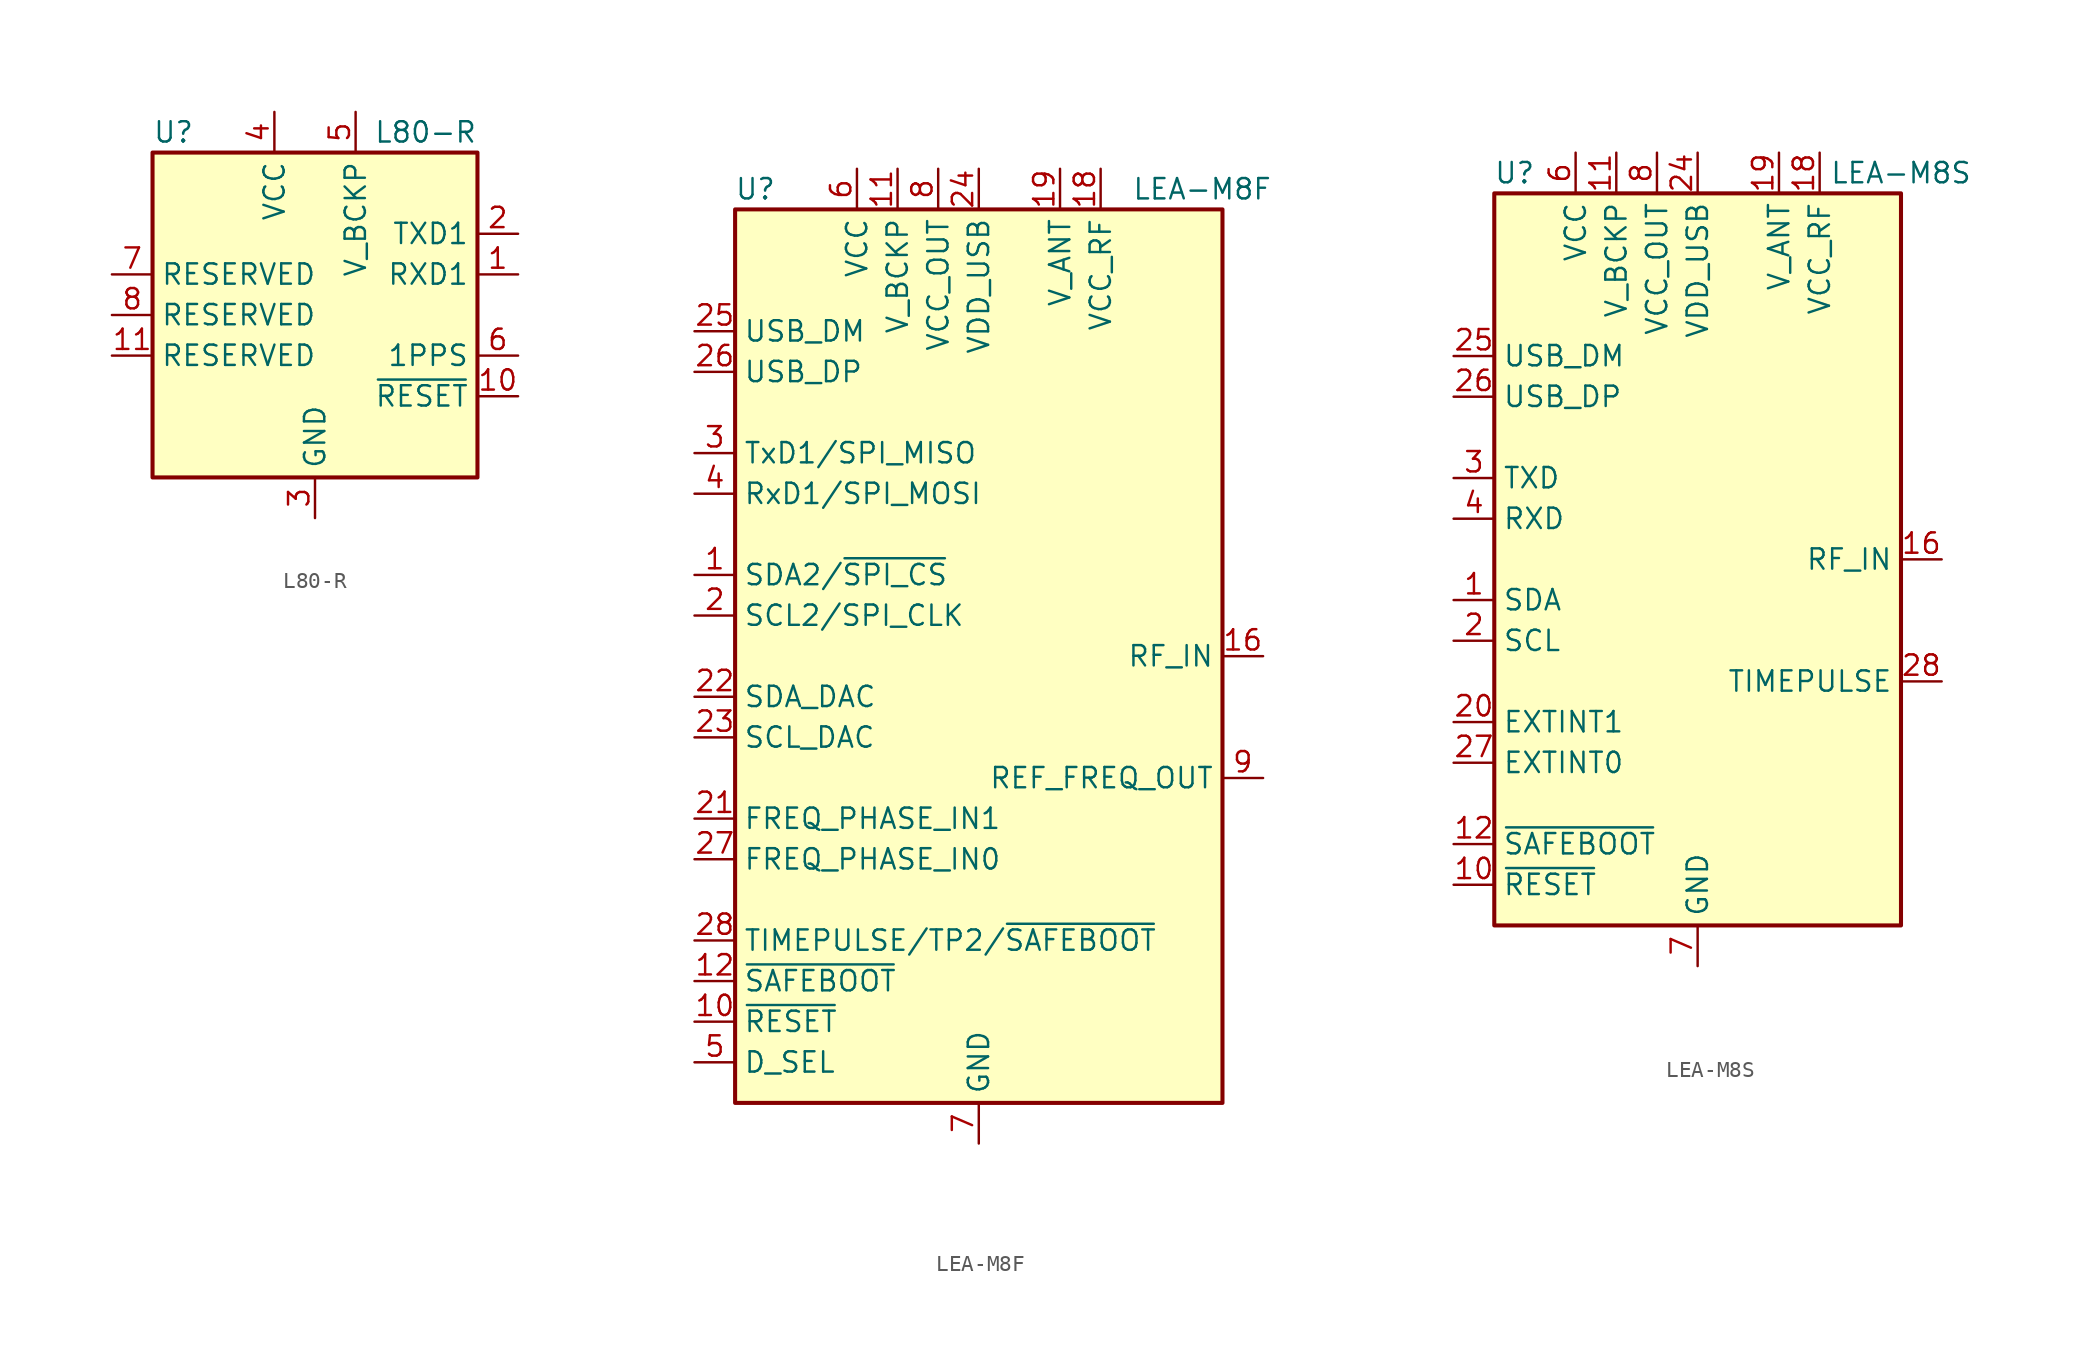
<source format=kicad_sym>
(kicad_symbol_lib
  (version 20200908)
  (generator kicad_symbol_editor)
  (symbol "RF_GPS:L80-R"
    (property "Reference" "U"
      (at -10.16 11.43 0)
      (effects (font (size 1.27 1.27)) (justify left)))
    (property "Value" "L80-R"
      (at 10.16 11.43 0)
      (effects (font (size 1.27 1.27)) (justify right)))
    (symbol "L80-R_0_1"
      (rectangle (start -10.16 10.16) (end 10.16 -10.16) (stroke (width 0.254)) (fill (type background))))
    (symbol "L80-R_1_1"
      (pin input line (at 12.7 2.54 180) (length 2.54) (name "RXD1" (effects (font (size 1.27 1.27)))) (number "1" (effects (font (size 1.27 1.27)))))
      (pin input line (at 12.7 -5.08 180) (length 2.54) (name "~RESET" (effects (font (size 1.27 1.27)))) (number "10" (effects (font (size 1.27 1.27)))))
      (pin passive line (at -12.7 -2.54 0) (length 2.54) (name "RESERVED" (effects (font (size 1.27 1.27)))) (number "11" (effects (font (size 1.27 1.27)))))
      (pin passive line (at 0 -12.7 90) (length 2.54) hide (name "GND" (effects (font (size 1.27 1.27)))) (number "12" (effects (font (size 1.27 1.27)))))
      (pin output line (at 12.7 5.08 180) (length 2.54) (name "TXD1" (effects (font (size 1.27 1.27)))) (number "2" (effects (font (size 1.27 1.27)))))
      (pin power_in line (at 0 -12.7 90) (length 2.54) (name "GND" (effects (font (size 1.27 1.27)))) (number "3" (effects (font (size 1.27 1.27)))))
      (pin power_in line (at -2.54 12.7 270) (length 2.54) (name "VCC" (effects (font (size 1.27 1.27)))) (number "4" (effects (font (size 1.27 1.27)))))
      (pin power_in line (at 2.54 12.7 270) (length 2.54) (name "V_BCKP" (effects (font (size 1.27 1.27)))) (number "5" (effects (font (size 1.27 1.27)))))
      (pin output line (at 12.7 -2.54 180) (length 2.54) (name "1PPS" (effects (font (size 1.27 1.27)))) (number "6" (effects (font (size 1.27 1.27)))))
      (pin passive line (at -12.7 2.54 0) (length 2.54) (name "RESERVED" (effects (font (size 1.27 1.27)))) (number "7" (effects (font (size 1.27 1.27)))))
      (pin passive line (at -12.7 0 0) (length 2.54) (name "RESERVED" (effects (font (size 1.27 1.27)))) (number "8" (effects (font (size 1.27 1.27)))))
      (pin unconnected line (at 10.16 0 180) (length 2.54) hide (name "NC" (effects (font (size 1.27 1.27)))) (number "9" (effects (font (size 1.27 1.27)))))))
  (symbol "RF_GPS:LEA-M8F"
    (property "Reference" "U"
      (at -13.97 29.21 0)
      (effects (font (size 1.27 1.27))))
    (property "Value" "LEA-M8F"
      (at 13.97 29.21 0)
      (effects (font (size 1.27 1.27))))
    (symbol "LEA-M8F_0_1"
      (rectangle (start -15.24 27.94) (end 15.24 -27.94) (stroke (width 0.254)) (fill (type background))))
    (symbol "LEA-M8F_1_1"
      (pin bidirectional line (at -17.78 5.08 0) (length 2.54) (name "SDA2/~SPI_CS" (effects (font (size 1.27 1.27)))) (number "1" (effects (font (size 1.27 1.27)))))
      (pin input line (at -17.78 -22.86 0) (length 2.54) (name "~RESET" (effects (font (size 1.27 1.27)))) (number "10" (effects (font (size 1.27 1.27)))))
      (pin power_in line (at -5.08 30.48 270) (length 2.54) (name "V_BCKP" (effects (font (size 1.27 1.27)))) (number "11" (effects (font (size 1.27 1.27)))))
      (pin input line (at -17.78 -20.32 0) (length 2.54) (name "~SAFEBOOT" (effects (font (size 1.27 1.27)))) (number "12" (effects (font (size 1.27 1.27)))))
      (pin passive line (at 0 -30.48 90) (length 2.54) hide (name "GND" (effects (font (size 1.27 1.27)))) (number "13" (effects (font (size 1.27 1.27)))))
      (pin passive line (at 0 -30.48 90) (length 2.54) hide (name "GND" (effects (font (size 1.27 1.27)))) (number "14" (effects (font (size 1.27 1.27)))))
      (pin passive line (at 0 -30.48 90) (length 2.54) hide (name "GND" (effects (font (size 1.27 1.27)))) (number "15" (effects (font (size 1.27 1.27)))))
      (pin input line (at 17.78 0 180) (length 2.54) (name "RF_IN" (effects (font (size 1.27 1.27)))) (number "16" (effects (font (size 1.27 1.27)))))
      (pin passive line (at 0 -30.48 90) (length 2.54) hide (name "GND" (effects (font (size 1.27 1.27)))) (number "17" (effects (font (size 1.27 1.27)))))
      (pin power_out line (at 7.62 30.48 270) (length 2.54) (name "VCC_RF" (effects (font (size 1.27 1.27)))) (number "18" (effects (font (size 1.27 1.27)))))
      (pin power_in line (at 5.08 30.48 270) (length 2.54) (name "V_ANT" (effects (font (size 1.27 1.27)))) (number "19" (effects (font (size 1.27 1.27)))))
      (pin input line (at -17.78 2.54 0) (length 2.54) (name "SCL2/SPI_CLK" (effects (font (size 1.27 1.27)))) (number "2" (effects (font (size 1.27 1.27)))))
      (pin unconnected line (at 15.24 2.54 180) (length 2.54) hide (name "RESERVED" (effects (font (size 1.27 1.27)))) (number "20" (effects (font (size 1.27 1.27)))))
      (pin input line (at -17.78 -10.16 0) (length 2.54) (name "FREQ_PHASE_IN1" (effects (font (size 1.27 1.27)))) (number "21" (effects (font (size 1.27 1.27)))))
      (pin bidirectional line (at -17.78 -2.54 0) (length 2.54) (name "SDA_DAC" (effects (font (size 1.27 1.27)))) (number "22" (effects (font (size 1.27 1.27)))))
      (pin output line (at -17.78 -5.08 0) (length 2.54) (name "SCL_DAC" (effects (font (size 1.27 1.27)))) (number "23" (effects (font (size 1.27 1.27)))))
      (pin power_in line (at 0 30.48 270) (length 2.54) (name "VDD_USB" (effects (font (size 1.27 1.27)))) (number "24" (effects (font (size 1.27 1.27)))))
      (pin bidirectional line (at -17.78 20.32 0) (length 2.54) (name "USB_DM" (effects (font (size 1.27 1.27)))) (number "25" (effects (font (size 1.27 1.27)))))
      (pin bidirectional line (at -17.78 17.78 0) (length 2.54) (name "USB_DP" (effects (font (size 1.27 1.27)))) (number "26" (effects (font (size 1.27 1.27)))))
      (pin input line (at -17.78 -12.7 0) (length 2.54) (name "FREQ_PHASE_IN0" (effects (font (size 1.27 1.27)))) (number "27" (effects (font (size 1.27 1.27)))))
      (pin bidirectional line (at -17.78 -17.78 0) (length 2.54) (name "TIMEPULSE/TP2/~SAFEBOOT" (effects (font (size 1.27 1.27)))) (number "28" (effects (font (size 1.27 1.27)))))
      (pin output line (at -17.78 12.7 0) (length 2.54) (name "TxD1/SPI_MISO" (effects (font (size 1.27 1.27)))) (number "3" (effects (font (size 1.27 1.27)))))
      (pin input line (at -17.78 10.16 0) (length 2.54) (name "RxD1/SPI_MOSI" (effects (font (size 1.27 1.27)))) (number "4" (effects (font (size 1.27 1.27)))))
      (pin input line (at -17.78 -25.4 0) (length 2.54) (name "D_SEL" (effects (font (size 1.27 1.27)))) (number "5" (effects (font (size 1.27 1.27)))))
      (pin power_in line (at -7.62 30.48 270) (length 2.54) (name "VCC" (effects (font (size 1.27 1.27)))) (number "6" (effects (font (size 1.27 1.27)))))
      (pin power_in line (at 0 -30.48 90) (length 2.54) (name "GND" (effects (font (size 1.27 1.27)))) (number "7" (effects (font (size 1.27 1.27)))))
      (pin power_out line (at -2.54 30.48 270) (length 2.54) (name "VCC_OUT" (effects (font (size 1.27 1.27)))) (number "8" (effects (font (size 1.27 1.27)))))
      (pin output line (at 17.78 -7.62 180) (length 2.54) (name "REF_FREQ_OUT" (effects (font (size 1.27 1.27)))) (number "9" (effects (font (size 1.27 1.27)))))))
  (symbol "RF_GPS:LEA-M8S"
    (property "Reference" "U"
      (at -11.43 24.13 0)
      (effects (font (size 1.27 1.27))))
    (property "Value" "LEA-M8S"
      (at 12.7 24.13 0)
      (effects (font (size 1.27 1.27))))
    (symbol "LEA-M8S_0_1"
      (rectangle (start -12.7 22.86) (end 12.7 -22.86) (stroke (width 0.254)) (fill (type background))))
    (symbol "LEA-M8S_1_1"
      (pin bidirectional line (at -15.24 -2.54 0) (length 2.54) (name "SDA" (effects (font (size 1.27 1.27)))) (number "1" (effects (font (size 1.27 1.27)))))
      (pin input line (at -15.24 -20.32 0) (length 2.54) (name "~RESET" (effects (font (size 1.27 1.27)))) (number "10" (effects (font (size 1.27 1.27)))))
      (pin power_in line (at -5.08 25.4 270) (length 2.54) (name "V_BCKP" (effects (font (size 1.27 1.27)))) (number "11" (effects (font (size 1.27 1.27)))))
      (pin input line (at -15.24 -17.78 0) (length 2.54) (name "~SAFEBOOT" (effects (font (size 1.27 1.27)))) (number "12" (effects (font (size 1.27 1.27)))))
      (pin passive line (at 0 -25.4 90) (length 2.54) hide (name "GND" (effects (font (size 1.27 1.27)))) (number "13" (effects (font (size 1.27 1.27)))))
      (pin passive line (at 0 -25.4 90) (length 2.54) hide (name "GND" (effects (font (size 1.27 1.27)))) (number "14" (effects (font (size 1.27 1.27)))))
      (pin passive line (at 0 -25.4 90) (length 2.54) hide (name "GND" (effects (font (size 1.27 1.27)))) (number "15" (effects (font (size 1.27 1.27)))))
      (pin input line (at 15.24 0 180) (length 2.54) (name "RF_IN" (effects (font (size 1.27 1.27)))) (number "16" (effects (font (size 1.27 1.27)))))
      (pin passive line (at 0 -25.4 90) (length 2.54) hide (name "GND" (effects (font (size 1.27 1.27)))) (number "17" (effects (font (size 1.27 1.27)))))
      (pin power_out line (at 7.62 25.4 270) (length 2.54) (name "VCC_RF" (effects (font (size 1.27 1.27)))) (number "18" (effects (font (size 1.27 1.27)))))
      (pin power_in line (at 5.08 25.4 270) (length 2.54) (name "V_ANT" (effects (font (size 1.27 1.27)))) (number "19" (effects (font (size 1.27 1.27)))))
      (pin input line (at -15.24 -5.08 0) (length 2.54) (name "SCL" (effects (font (size 1.27 1.27)))) (number "2" (effects (font (size 1.27 1.27)))))
      (pin input line (at -15.24 -10.16 0) (length 2.54) (name "EXTINT1" (effects (font (size 1.27 1.27)))) (number "20" (effects (font (size 1.27 1.27)))))
      (pin unconnected line (at 12.7 7.62 180) (length 2.54) hide (name "RESERVED" (effects (font (size 1.27 1.27)))) (number "21" (effects (font (size 1.27 1.27)))))
      (pin unconnected line (at 12.7 5.08 180) (length 2.54) hide (name "RESERVED" (effects (font (size 1.27 1.27)))) (number "22" (effects (font (size 1.27 1.27)))))
      (pin unconnected line (at 12.7 2.54 180) (length 2.54) hide (name "RESERVED" (effects (font (size 1.27 1.27)))) (number "23" (effects (font (size 1.27 1.27)))))
      (pin power_in line (at 0 25.4 270) (length 2.54) (name "VDD_USB" (effects (font (size 1.27 1.27)))) (number "24" (effects (font (size 1.27 1.27)))))
      (pin bidirectional line (at -15.24 12.7 0) (length 2.54) (name "USB_DM" (effects (font (size 1.27 1.27)))) (number "25" (effects (font (size 1.27 1.27)))))
      (pin bidirectional line (at -15.24 10.16 0) (length 2.54) (name "USB_DP" (effects (font (size 1.27 1.27)))) (number "26" (effects (font (size 1.27 1.27)))))
      (pin input line (at -15.24 -12.7 0) (length 2.54) (name "EXTINT0" (effects (font (size 1.27 1.27)))) (number "27" (effects (font (size 1.27 1.27)))))
      (pin output line (at 15.24 -7.62 180) (length 2.54) (name "TIMEPULSE" (effects (font (size 1.27 1.27)))) (number "28" (effects (font (size 1.27 1.27)))))
      (pin output line (at -15.24 5.08 0) (length 2.54) (name "TXD" (effects (font (size 1.27 1.27)))) (number "3" (effects (font (size 1.27 1.27)))))
      (pin input line (at -15.24 2.54 0) (length 2.54) (name "RXD" (effects (font (size 1.27 1.27)))) (number "4" (effects (font (size 1.27 1.27)))))
      (pin unconnected line (at 12.7 12.7 180) (length 2.54) hide (name "RESERVED" (effects (font (size 1.27 1.27)))) (number "5" (effects (font (size 1.27 1.27)))))
      (pin power_in line (at -7.62 25.4 270) (length 2.54) (name "VCC" (effects (font (size 1.27 1.27)))) (number "6" (effects (font (size 1.27 1.27)))))
      (pin power_in line (at 0 -25.4 90) (length 2.54) (name "GND" (effects (font (size 1.27 1.27)))) (number "7" (effects (font (size 1.27 1.27)))))
      (pin power_out line (at -2.54 25.4 270) (length 2.54) (name "VCC_OUT" (effects (font (size 1.27 1.27)))) (number "8" (effects (font (size 1.27 1.27)))))
      (pin unconnected line (at 12.7 10.16 180) (length 2.54) hide (name "RESERVED" (effects (font (size 1.27 1.27)))) (number "9" (effects (font (size 1.27 1.27))))))))
</source>
